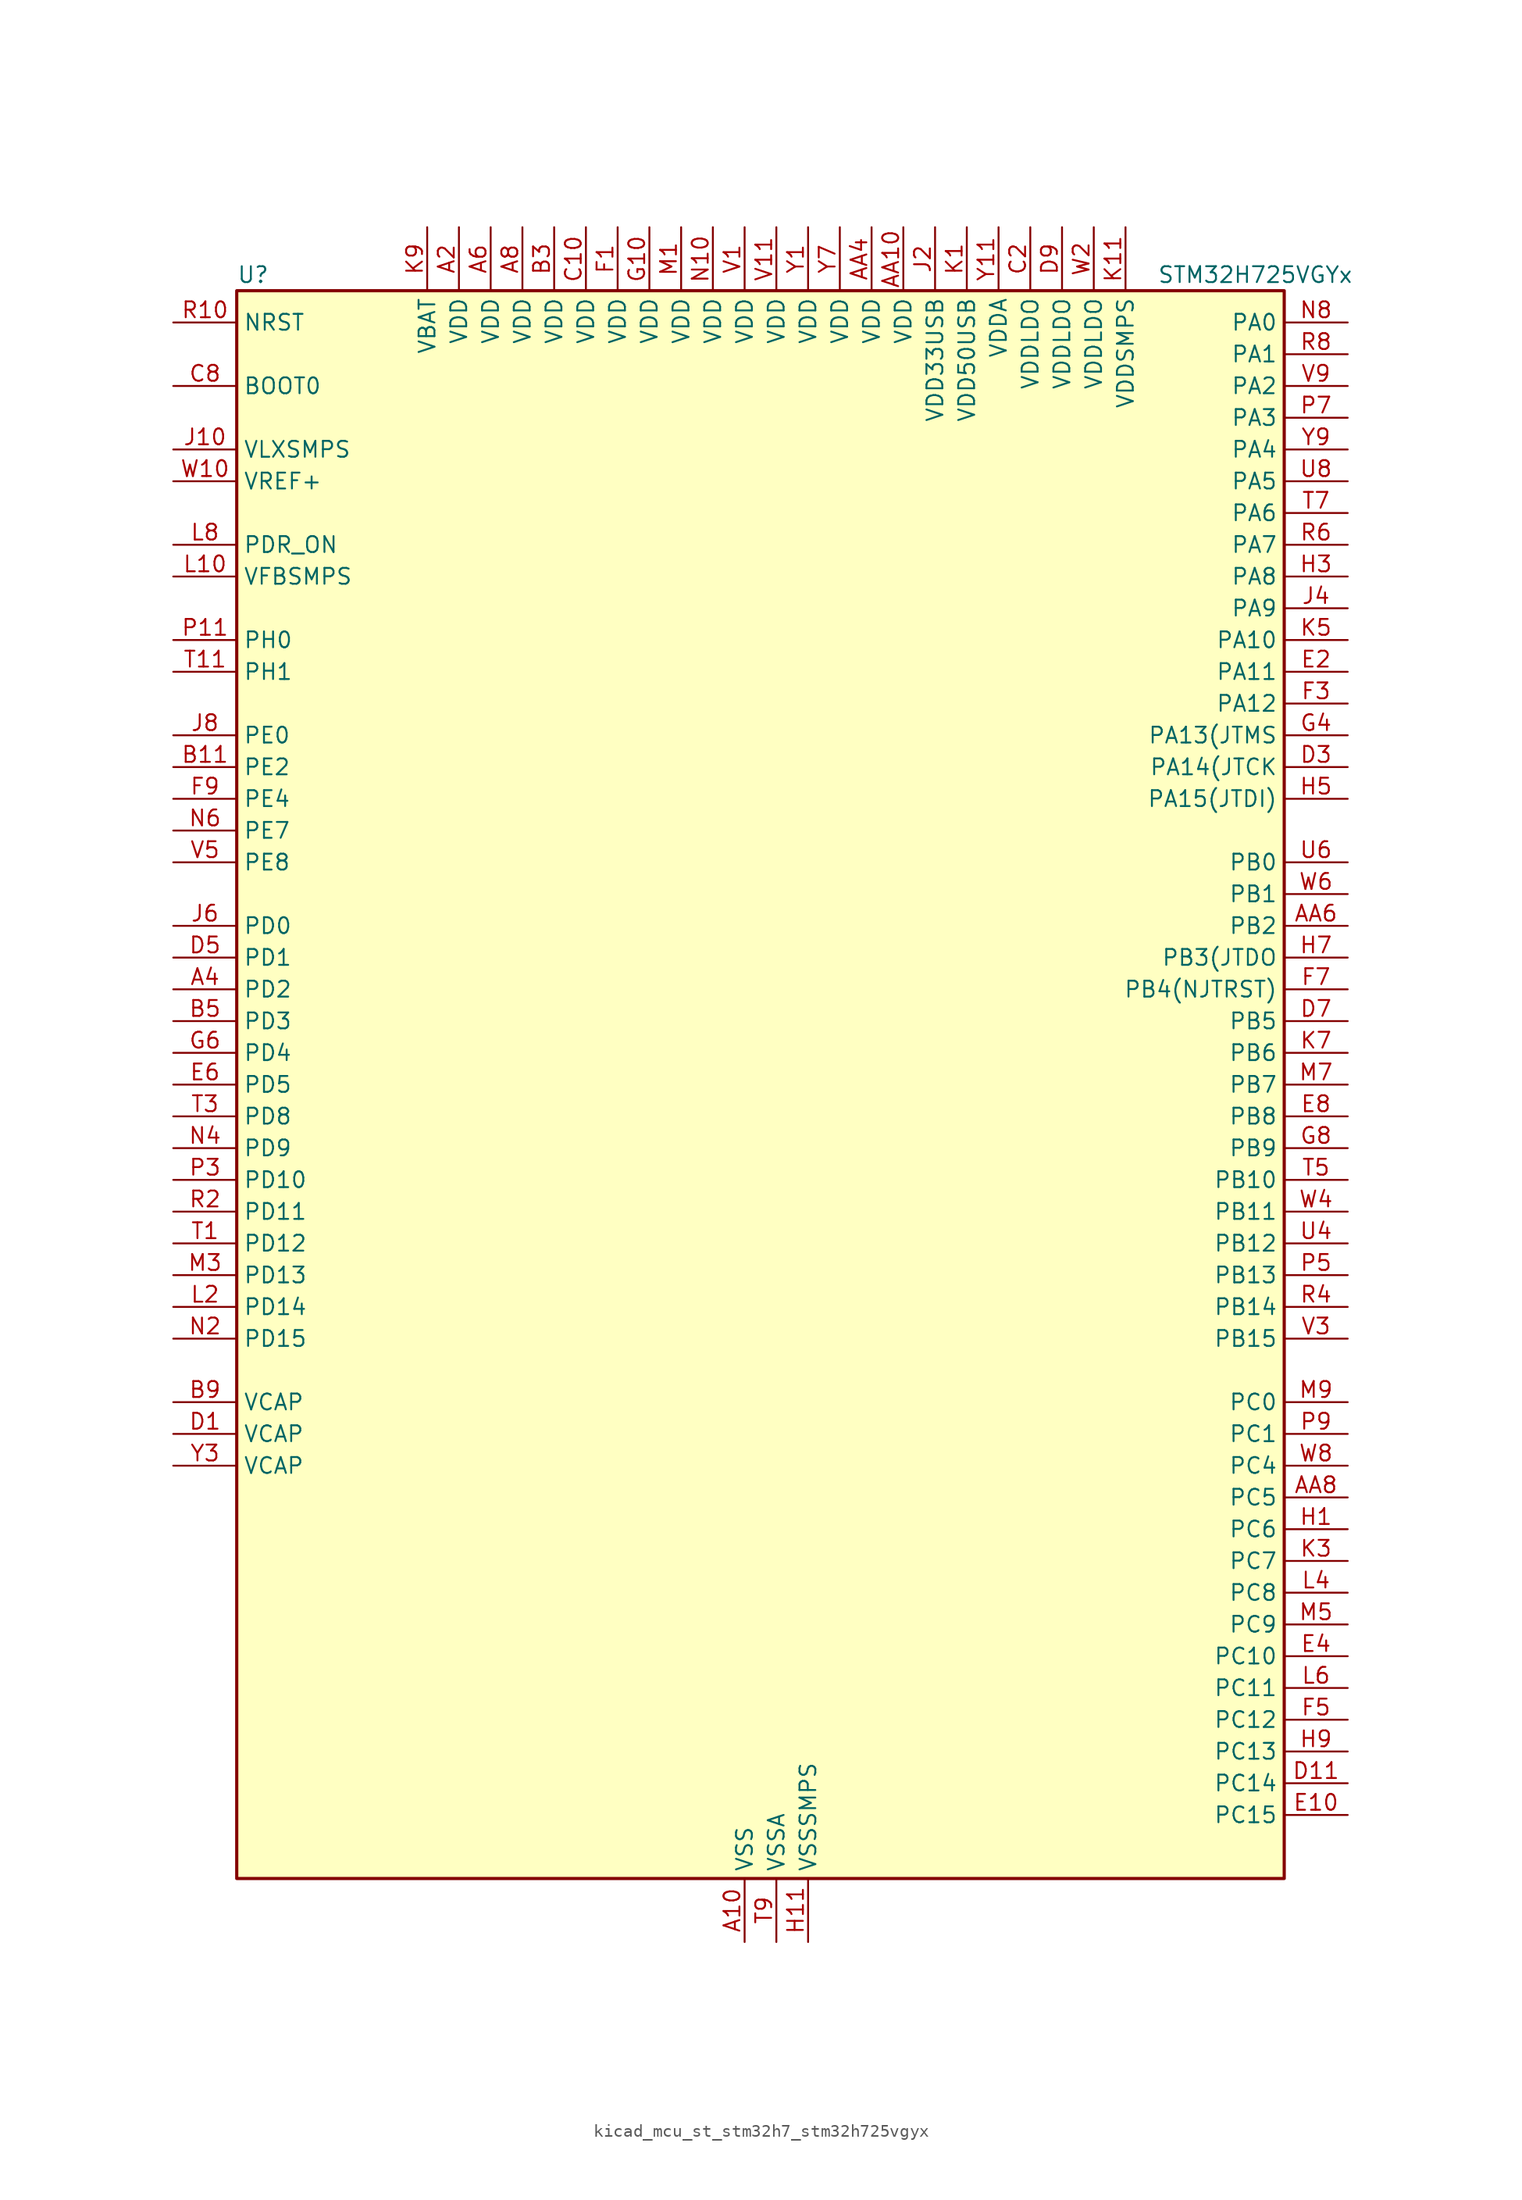
<source format=kicad_sym>
(kicad_symbol_lib
  (version 20220914)
  (generator kicad_symbol_editor)
  (symbol "kicad_mcu_st_stm32h7_stm32h725vgyx"
    (property "Reference" "U"
      (at -40.64 64.77 0)
      (effects (font (size 1.27 1.27)) (justify left)))
    (property "Value" "STM32H725VGYx"
      (at 33.02 64.77 0)
      (effects (font (size 1.27 1.27)) (justify left)))
    (property "ki_locked" ""
      (at 0 0 0)
      (effects (font (size 1.27 1.27))))
    (symbol "kicad_mcu_st_stm32h7_stm32h725vgyx_0_1"
      (rectangle (start -40.64 -63.5) (end 43.18 63.5) (stroke (width 0.254) (type default)) (fill (type background))))
    (symbol "kicad_mcu_st_stm32h7_stm32h725vgyx_1_1"
      (pin power_in line (at 0 -68.58 90) (length 5.08) (name "VSS" (effects (font (size 1.27 1.27)))) (number "A10" (effects (font (size 1.27 1.27)))))
      (pin power_in line (at -22.86 68.58 270) (length 5.08) (name "VDD" (effects (font (size 1.27 1.27)))) (number "A2" (effects (font (size 1.27 1.27)))))
      (pin bidirectional line (at -45.72 7.62 0) (length 5.08) (name "PD2" (effects (font (size 1.27 1.27)))) (number "A4" (effects (font (size 1.27 1.27)))) (alternate "DCMI_D11" bidirectional line) (alternate "DEBUG_TRACED2" bidirectional line) (alternate "FMC_D7" bidirectional line) (alternate "FMC_DA7" bidirectional line) (alternate "LTDC_B2" bidirectional line) (alternate "LTDC_B7" bidirectional line) (alternate "PSSI_D11" bidirectional line) (alternate "SDMMC1_CMD" bidirectional line) (alternate "TIM15_BKIN" bidirectional line) (alternate "TIM3_ETR" bidirectional line) (alternate "UART5_RX" bidirectional line))
      (pin power_in line (at -20.32 68.58 270) (length 5.08) (name "VDD" (effects (font (size 1.27 1.27)))) (number "A6" (effects (font (size 1.27 1.27)))))
      (pin power_in line (at -17.78 68.58 270) (length 5.08) (name "VDD" (effects (font (size 1.27 1.27)))) (number "A8" (effects (font (size 1.27 1.27)))))
      (pin power_in line (at 12.7 68.58 270) (length 5.08) (name "VDD" (effects (font (size 1.27 1.27)))) (number "AA10" (effects (font (size 1.27 1.27)))))
      (pin passive line (at 0 -68.58 90) (length 5.08) hide (name "VSS" (effects (font (size 1.27 1.27)))) (number "AA2" (effects (font (size 1.27 1.27)))))
      (pin power_in line (at 10.16 68.58 270) (length 5.08) (name "VDD" (effects (font (size 1.27 1.27)))) (number "AA4" (effects (font (size 1.27 1.27)))))
      (pin bidirectional line (at 48.26 12.7 180) (length 5.08) (name "PB2" (effects (font (size 1.27 1.27)))) (number "AA6" (effects (font (size 1.27 1.27)))) (alternate "COMP1_INP" bidirectional line) (alternate "DFSDM1_CKIN1" bidirectional line) (alternate "ETH_TX_ER" bidirectional line) (alternate "I2S3_SDO" bidirectional line) (alternate "OCTOSPIM_P1_CLK" bidirectional line) (alternate "OCTOSPIM_P1_DQS" bidirectional line) (alternate "RTC_OUT_ALARM" bidirectional line) (alternate "RTC_OUT_CALIB" bidirectional line) (alternate "SAI1_D1" bidirectional line) (alternate "SAI1_SD_A" bidirectional line) (alternate "SAI4_D1" bidirectional line) (alternate "SAI4_SD_A" bidirectional line) (alternate "SPI3_MOSI" bidirectional line) (alternate "TIM23_ETR" bidirectional line))
      (pin bidirectional line (at 48.26 -33.02 180) (length 5.08) (name "PC5" (effects (font (size 1.27 1.27)))) (number "AA8" (effects (font (size 1.27 1.27)))) (alternate "ADC1_INN4" bidirectional line) (alternate "ADC1_INP8" bidirectional line) (alternate "ADC2_INN4" bidirectional line) (alternate "ADC2_INP8" bidirectional line) (alternate "COMP1_OUT" bidirectional line) (alternate "DFSDM1_DATIN2" bidirectional line) (alternate "ETH_RXD1" bidirectional line) (alternate "FMC_SDCKE0" bidirectional line) (alternate "LTDC_DE" bidirectional line) (alternate "OCTOSPIM_P1_DQS" bidirectional line) (alternate "OPAMP1_VINM" bidirectional line) (alternate "PSSI_D15" bidirectional line) (alternate "SAI1_D3" bidirectional line) (alternate "SAI4_D3" bidirectional line) (alternate "SPDIFRX1_IN3" bidirectional line))
      (pin passive line (at 0 -68.58 90) (length 5.08) hide (name "VSS" (effects (font (size 1.27 1.27)))) (number "B1" (effects (font (size 1.27 1.27)))))
      (pin bidirectional line (at -45.72 25.4 0) (length 5.08) (name "PE2" (effects (font (size 1.27 1.27)))) (number "B11" (effects (font (size 1.27 1.27)))) (alternate "DEBUG_TRACECLK" bidirectional line) (alternate "ETH_TXD3" bidirectional line) (alternate "FMC_A23" bidirectional line) (alternate "OCTOSPIM_P1_IO2" bidirectional line) (alternate "SAI1_CK1" bidirectional line) (alternate "SAI1_MCLK_A" bidirectional line) (alternate "SAI4_CK1" bidirectional line) (alternate "SAI4_MCLK_A" bidirectional line))
      (pin power_in line (at -15.24 68.58 270) (length 5.08) (name "VDD" (effects (font (size 1.27 1.27)))) (number "B3" (effects (font (size 1.27 1.27)))))
      (pin bidirectional line (at -45.72 5.08 0) (length 5.08) (name "PD3" (effects (font (size 1.27 1.27)))) (number "B5" (effects (font (size 1.27 1.27)))) (alternate "DCMI_D5" bidirectional line) (alternate "DFSDM1_CKOUT" bidirectional line) (alternate "FMC_CLK" bidirectional line) (alternate "I2S2_CK" bidirectional line) (alternate "LTDC_G7" bidirectional line) (alternate "PSSI_D5" bidirectional line) (alternate "SPI2_SCK" bidirectional line) (alternate "USART2_CTS" bidirectional line) (alternate "USART2_NSS" bidirectional line))
      (pin passive line (at 0 -68.58 90) (length 5.08) hide (name "VSS" (effects (font (size 1.27 1.27)))) (number "B7" (effects (font (size 1.27 1.27)))))
      (pin power_out line (at -45.72 -25.4 0) (length 5.08) (name "VCAP" (effects (font (size 1.27 1.27)))) (number "B9" (effects (font (size 1.27 1.27)))))
      (pin power_in line (at -12.7 68.58 270) (length 5.08) (name "VDD" (effects (font (size 1.27 1.27)))) (number "C10" (effects (font (size 1.27 1.27)))))
      (pin power_in line (at 22.86 68.58 270) (length 5.08) (name "VDDLDO" (effects (font (size 1.27 1.27)))) (number "C2" (effects (font (size 1.27 1.27)))))
      (pin passive line (at 0 -68.58 90) (length 5.08) hide (name "VSS" (effects (font (size 1.27 1.27)))) (number "C4" (effects (font (size 1.27 1.27)))))
      (pin passive line (at 0 -68.58 90) (length 5.08) hide (name "VSS" (effects (font (size 1.27 1.27)))) (number "C6" (effects (font (size 1.27 1.27)))))
      (pin input line (at -45.72 55.88 0) (length 5.08) (name "BOOT0" (effects (font (size 1.27 1.27)))) (number "C8" (effects (font (size 1.27 1.27)))))
      (pin power_out line (at -45.72 -27.94 0) (length 5.08) (name "VCAP" (effects (font (size 1.27 1.27)))) (number "D1" (effects (font (size 1.27 1.27)))))
      (pin bidirectional line (at 48.26 -55.88 180) (length 5.08) (name "PC14" (effects (font (size 1.27 1.27)))) (number "D11" (effects (font (size 1.27 1.27)))) (alternate "RCC_OSC32_IN" bidirectional line))
      (pin bidirectional line (at 48.26 25.4 180) (length 5.08) (name "PA14(JTCK" (effects (font (size 1.27 1.27)))) (number "D3" (effects (font (size 1.27 1.27)))) (alternate "DEBUG_JTCK-SWCLK" bidirectional line))
      (pin bidirectional line (at -45.72 10.16 0) (length 5.08) (name "PD1" (effects (font (size 1.27 1.27)))) (number "D5" (effects (font (size 1.27 1.27)))) (alternate "DFSDM1_DATIN6" bidirectional line) (alternate "FDCAN1_TX" bidirectional line) (alternate "FMC_D3" bidirectional line) (alternate "FMC_DA3" bidirectional line) (alternate "UART4_TX" bidirectional line))
      (pin bidirectional line (at 48.26 5.08 180) (length 5.08) (name "PB5" (effects (font (size 1.27 1.27)))) (number "D7" (effects (font (size 1.27 1.27)))) (alternate "DCMI_D10" bidirectional line) (alternate "ETH_PPS_OUT" bidirectional line) (alternate "FDCAN2_RX" bidirectional line) (alternate "FMC_SDCKE1" bidirectional line) (alternate "I2C1_SMBA" bidirectional line) (alternate "I2C4_SMBA" bidirectional line) (alternate "I2S1_SDO" bidirectional line) (alternate "I2S3_SDO" bidirectional line) (alternate "I2S6_SDO" bidirectional line) (alternate "LTDC_B5" bidirectional line) (alternate "PSSI_D10" bidirectional line) (alternate "SPI1_MOSI" bidirectional line) (alternate "SPI3_MOSI" bidirectional line) (alternate "SPI6_MOSI" bidirectional line) (alternate "TIM17_BKIN" bidirectional line) (alternate "TIM3_CH2" bidirectional line) (alternate "UART5_RX" bidirectional line) (alternate "USB_OTG_HS_ULPI_D7" bidirectional line))
      (pin power_in line (at 25.4 68.58 270) (length 5.08) (name "VDDLDO" (effects (font (size 1.27 1.27)))) (number "D9" (effects (font (size 1.27 1.27)))))
      (pin bidirectional line (at 48.26 -58.42 180) (length 5.08) (name "PC15" (effects (font (size 1.27 1.27)))) (number "E10" (effects (font (size 1.27 1.27)))) (alternate "ADC1_EXTI15" bidirectional line) (alternate "ADC2_EXTI15" bidirectional line) (alternate "ADC3_EXTI15" bidirectional line) (alternate "RCC_OSC32_OUT" bidirectional line))
      (pin bidirectional line (at 48.26 33.02 180) (length 5.08) (name "PA11" (effects (font (size 1.27 1.27)))) (number "E2" (effects (font (size 1.27 1.27)))) (alternate "ADC1_EXTI11" bidirectional line) (alternate "ADC2_EXTI11" bidirectional line) (alternate "ADC3_EXTI11" bidirectional line) (alternate "FDCAN1_RX" bidirectional line) (alternate "I2S2_WS" bidirectional line) (alternate "LPUART1_CTS" bidirectional line) (alternate "LTDC_R4" bidirectional line) (alternate "SPI2_NSS" bidirectional line) (alternate "TIM1_CH4" bidirectional line) (alternate "UART4_RX" bidirectional line) (alternate "USART1_CTS" bidirectional line) (alternate "USART1_NSS" bidirectional line) (alternate "USB_OTG_HS_DM" bidirectional line))
      (pin bidirectional line (at 48.26 -45.72 180) (length 5.08) (name "PC10" (effects (font (size 1.27 1.27)))) (number "E4" (effects (font (size 1.27 1.27)))) (alternate "DCMI_D8" bidirectional line) (alternate "DFSDM1_CKIN5" bidirectional line) (alternate "I2C5_SDA" bidirectional line) (alternate "I2S3_CK" bidirectional line) (alternate "LTDC_B1" bidirectional line) (alternate "LTDC_R2" bidirectional line) (alternate "OCTOSPIM_P1_IO1" bidirectional line) (alternate "PSSI_D8" bidirectional line) (alternate "SDMMC1_D2" bidirectional line) (alternate "SPI3_SCK" bidirectional line) (alternate "SWPMI1_RX" bidirectional line) (alternate "UART4_TX" bidirectional line) (alternate "USART3_TX" bidirectional line))
      (pin bidirectional line (at -45.72 0 0) (length 5.08) (name "PD5" (effects (font (size 1.27 1.27)))) (number "E6" (effects (font (size 1.27 1.27)))) (alternate "FMC_NWE" bidirectional line) (alternate "OCTOSPIM_P1_IO5" bidirectional line) (alternate "USART2_TX" bidirectional line))
      (pin bidirectional line (at 48.26 -2.54 180) (length 5.08) (name "PB8" (effects (font (size 1.27 1.27)))) (number "E8" (effects (font (size 1.27 1.27)))) (alternate "DCMI_D6" bidirectional line) (alternate "DFSDM1_CKIN7" bidirectional line) (alternate "ETH_TXD3" bidirectional line) (alternate "FDCAN1_RX" bidirectional line) (alternate "I2C1_SCL" bidirectional line) (alternate "I2C4_SCL" bidirectional line) (alternate "LTDC_B6" bidirectional line) (alternate "PSSI_D6" bidirectional line) (alternate "SDMMC1_CKIN" bidirectional line) (alternate "SDMMC1_D4" bidirectional line) (alternate "SDMMC2_D4" bidirectional line) (alternate "TIM16_CH1" bidirectional line) (alternate "TIM4_CH3" bidirectional line) (alternate "UART4_RX" bidirectional line))
      (pin power_in line (at -10.16 68.58 270) (length 5.08) (name "VDD" (effects (font (size 1.27 1.27)))) (number "F1" (effects (font (size 1.27 1.27)))))
      (pin passive line (at 0 -68.58 90) (length 5.08) hide (name "VSS" (effects (font (size 1.27 1.27)))) (number "F11" (effects (font (size 1.27 1.27)))))
      (pin bidirectional line (at 48.26 30.48 180) (length 5.08) (name "PA12" (effects (font (size 1.27 1.27)))) (number "F3" (effects (font (size 1.27 1.27)))) (alternate "FDCAN1_TX" bidirectional line) (alternate "I2S2_CK" bidirectional line) (alternate "LPUART1_DE" bidirectional line) (alternate "LPUART1_RTS" bidirectional line) (alternate "LTDC_R5" bidirectional line) (alternate "SAI4_FS_B" bidirectional line) (alternate "SPI2_SCK" bidirectional line) (alternate "TIM1_BKIN2" bidirectional line) (alternate "TIM1_ETR" bidirectional line) (alternate "UART4_TX" bidirectional line) (alternate "USART1_DE" bidirectional line) (alternate "USART1_RTS" bidirectional line) (alternate "USB_OTG_HS_DP" bidirectional line))
      (pin bidirectional line (at 48.26 -50.8 180) (length 5.08) (name "PC12" (effects (font (size 1.27 1.27)))) (number "F5" (effects (font (size 1.27 1.27)))) (alternate "DCMI_D9" bidirectional line) (alternate "DEBUG_TRACED3" bidirectional line) (alternate "FMC_D6" bidirectional line) (alternate "FMC_DA6" bidirectional line) (alternate "I2C5_SMBA" bidirectional line) (alternate "I2S3_SDO" bidirectional line) (alternate "I2S6_CK" bidirectional line) (alternate "LTDC_R6" bidirectional line) (alternate "PSSI_D9" bidirectional line) (alternate "SDMMC1_CK" bidirectional line) (alternate "SPI3_MOSI" bidirectional line) (alternate "SPI6_SCK" bidirectional line) (alternate "TIM15_CH1" bidirectional line) (alternate "UART5_TX" bidirectional line) (alternate "USART3_CK" bidirectional line))
      (pin bidirectional line (at 48.26 7.62 180) (length 5.08) (name "PB4(NJTRST)" (effects (font (size 1.27 1.27)))) (number "F7" (effects (font (size 1.27 1.27)))) (alternate "DEBUG_JTRST" bidirectional line) (alternate "I2S1_SDI" bidirectional line) (alternate "I2S2_WS" bidirectional line) (alternate "I2S3_SDI" bidirectional line) (alternate "I2S6_SDI" bidirectional line) (alternate "SDMMC2_D3" bidirectional line) (alternate "SPI1_MISO" bidirectional line) (alternate "SPI2_NSS" bidirectional line) (alternate "SPI3_MISO" bidirectional line) (alternate "SPI6_MISO" bidirectional line) (alternate "TIM16_BKIN" bidirectional line) (alternate "TIM3_CH1" bidirectional line) (alternate "UART7_TX" bidirectional line))
      (pin bidirectional line (at -45.72 22.86 0) (length 5.08) (name "PE4" (effects (font (size 1.27 1.27)))) (number "F9" (effects (font (size 1.27 1.27)))) (alternate "DCMI_D4" bidirectional line) (alternate "DEBUG_TRACED1" bidirectional line) (alternate "DFSDM1_DATIN3" bidirectional line) (alternate "FMC_A20" bidirectional line) (alternate "LTDC_B0" bidirectional line) (alternate "PSSI_D4" bidirectional line) (alternate "SAI1_D2" bidirectional line) (alternate "SAI1_FS_A" bidirectional line) (alternate "SAI4_D2" bidirectional line) (alternate "SAI4_FS_A" bidirectional line) (alternate "TIM15_CH1N" bidirectional line))
      (pin power_in line (at -7.62 68.58 270) (length 5.08) (name "VDD" (effects (font (size 1.27 1.27)))) (number "G10" (effects (font (size 1.27 1.27)))))
      (pin passive line (at 0 -68.58 90) (length 5.08) hide (name "VSS" (effects (font (size 1.27 1.27)))) (number "G2" (effects (font (size 1.27 1.27)))))
      (pin bidirectional line (at 48.26 27.94 180) (length 5.08) (name "PA13(JTMS" (effects (font (size 1.27 1.27)))) (number "G4" (effects (font (size 1.27 1.27)))) (alternate "DEBUG_JTMS-SWDIO" bidirectional line))
      (pin bidirectional line (at -45.72 2.54 0) (length 5.08) (name "PD4" (effects (font (size 1.27 1.27)))) (number "G6" (effects (font (size 1.27 1.27)))) (alternate "FMC_NOE" bidirectional line) (alternate "OCTOSPIM_P1_IO4" bidirectional line) (alternate "USART2_DE" bidirectional line) (alternate "USART2_RTS" bidirectional line))
      (pin bidirectional line (at 48.26 -5.08 180) (length 5.08) (name "PB9" (effects (font (size 1.27 1.27)))) (number "G8" (effects (font (size 1.27 1.27)))) (alternate "DAC1_EXTI9" bidirectional line) (alternate "DCMI_D7" bidirectional line) (alternate "DFSDM1_DATIN7" bidirectional line) (alternate "FDCAN1_TX" bidirectional line) (alternate "I2C1_SDA" bidirectional line) (alternate "I2C4_SDA" bidirectional line) (alternate "I2C4_SMBA" bidirectional line) (alternate "I2S2_WS" bidirectional line) (alternate "LTDC_B7" bidirectional line) (alternate "PSSI_D7" bidirectional line) (alternate "SDMMC1_CDIR" bidirectional line) (alternate "SDMMC1_D5" bidirectional line) (alternate "SDMMC2_D5" bidirectional line) (alternate "SPI2_NSS" bidirectional line) (alternate "TIM17_CH1" bidirectional line) (alternate "TIM4_CH4" bidirectional line) (alternate "UART4_TX" bidirectional line))
      (pin bidirectional line (at 48.26 -35.56 180) (length 5.08) (name "PC6" (effects (font (size 1.27 1.27)))) (number "H1" (effects (font (size 1.27 1.27)))) (alternate "DCMI_D0" bidirectional line) (alternate "DFSDM1_CKIN3" bidirectional line) (alternate "FMC_NWAIT" bidirectional line) (alternate "I2S2_MCK" bidirectional line) (alternate "LTDC_HSYNC" bidirectional line) (alternate "PSSI_D0" bidirectional line) (alternate "SDMMC1_D0DIR" bidirectional line) (alternate "SDMMC1_D6" bidirectional line) (alternate "SDMMC2_D6" bidirectional line) (alternate "SWPMI1_IO" bidirectional line) (alternate "TIM3_CH1" bidirectional line) (alternate "TIM8_CH1" bidirectional line) (alternate "USART6_TX" bidirectional line))
      (pin power_in line (at 5.08 -68.58 90) (length 5.08) (name "VSSSMPS" (effects (font (size 1.27 1.27)))) (number "H11" (effects (font (size 1.27 1.27)))))
      (pin bidirectional line (at 48.26 40.64 180) (length 5.08) (name "PA8" (effects (font (size 1.27 1.27)))) (number "H3" (effects (font (size 1.27 1.27)))) (alternate "I2C3_SCL" bidirectional line) (alternate "I2C5_SCL" bidirectional line) (alternate "LTDC_B3" bidirectional line) (alternate "LTDC_R6" bidirectional line) (alternate "RCC_MCO_1" bidirectional line) (alternate "TIM1_CH1" bidirectional line) (alternate "TIM8_BKIN2" bidirectional line) (alternate "TIM8_BKIN2_COMP1" bidirectional line) (alternate "TIM8_BKIN2_COMP2" bidirectional line) (alternate "UART7_RX" bidirectional line) (alternate "USART1_CK" bidirectional line) (alternate "USB_OTG_HS_SOF" bidirectional line))
      (pin bidirectional line (at 48.26 22.86 180) (length 5.08) (name "PA15(JTDI)" (effects (font (size 1.27 1.27)))) (number "H5" (effects (font (size 1.27 1.27)))) (alternate "ADC1_EXTI15" bidirectional line) (alternate "ADC2_EXTI15" bidirectional line) (alternate "ADC3_EXTI15" bidirectional line) (alternate "CEC" bidirectional line) (alternate "DEBUG_JTDI" bidirectional line) (alternate "I2S1_WS" bidirectional line) (alternate "I2S3_WS" bidirectional line) (alternate "I2S6_WS" bidirectional line) (alternate "LTDC_B6" bidirectional line) (alternate "LTDC_R3" bidirectional line) (alternate "SPI1_NSS" bidirectional line) (alternate "SPI3_NSS" bidirectional line) (alternate "SPI6_NSS" bidirectional line) (alternate "TIM2_CH1" bidirectional line) (alternate "TIM2_ETR" bidirectional line) (alternate "UART4_DE" bidirectional line) (alternate "UART4_RTS" bidirectional line) (alternate "UART7_TX" bidirectional line))
      (pin bidirectional line (at 48.26 10.16 180) (length 5.08) (name "PB3(JTDO" (effects (font (size 1.27 1.27)))) (number "H7" (effects (font (size 1.27 1.27)))) (alternate "CRS_SYNC" bidirectional line) (alternate "DEBUG_JTDO-SWO" bidirectional line) (alternate "I2S1_CK" bidirectional line) (alternate "I2S3_CK" bidirectional line) (alternate "I2S6_CK" bidirectional line) (alternate "SDMMC2_D2" bidirectional line) (alternate "SPI1_SCK" bidirectional line) (alternate "SPI3_SCK" bidirectional line) (alternate "SPI6_SCK" bidirectional line) (alternate "TIM24_ETR" bidirectional line) (alternate "TIM2_CH2" bidirectional line) (alternate "UART7_RX" bidirectional line))
      (pin bidirectional line (at 48.26 -53.34 180) (length 5.08) (name "PC13" (effects (font (size 1.27 1.27)))) (number "H9" (effects (font (size 1.27 1.27)))) (alternate "PWR_WKUP4" bidirectional line) (alternate "RTC_OUT_ALARM" bidirectional line) (alternate "RTC_OUT_CALIB" bidirectional line) (alternate "RTC_TAMP1" bidirectional line) (alternate "RTC_TS" bidirectional line))
      (pin power_in line (at -45.72 50.8 0) (length 5.08) (name "VLXSMPS" (effects (font (size 1.27 1.27)))) (number "J10" (effects (font (size 1.27 1.27)))))
      (pin power_in line (at 15.24 68.58 270) (length 5.08) (name "VDD33USB" (effects (font (size 1.27 1.27)))) (number "J2" (effects (font (size 1.27 1.27)))))
      (pin bidirectional line (at 48.26 38.1 180) (length 5.08) (name "PA9" (effects (font (size 1.27 1.27)))) (number "J4" (effects (font (size 1.27 1.27)))) (alternate "DAC1_EXTI9" bidirectional line) (alternate "DCMI_D0" bidirectional line) (alternate "ETH_TX_ER" bidirectional line) (alternate "I2C3_SMBA" bidirectional line) (alternate "I2C5_SMBA" bidirectional line) (alternate "I2S2_CK" bidirectional line) (alternate "LPUART1_TX" bidirectional line) (alternate "LTDC_R5" bidirectional line) (alternate "PSSI_D0" bidirectional line) (alternate "SPI2_SCK" bidirectional line) (alternate "TIM1_CH2" bidirectional line) (alternate "USART1_TX" bidirectional line) (alternate "USB_OTG_HS_VBUS" bidirectional line))
      (pin bidirectional line (at -45.72 12.7 0) (length 5.08) (name "PD0" (effects (font (size 1.27 1.27)))) (number "J6" (effects (font (size 1.27 1.27)))) (alternate "DFSDM1_CKIN6" bidirectional line) (alternate "FDCAN1_RX" bidirectional line) (alternate "FMC_D2" bidirectional line) (alternate "FMC_DA2" bidirectional line) (alternate "LTDC_B1" bidirectional line) (alternate "UART4_RX" bidirectional line) (alternate "UART9_CTS" bidirectional line))
      (pin bidirectional line (at -45.72 27.94 0) (length 5.08) (name "PE0" (effects (font (size 1.27 1.27)))) (number "J8" (effects (font (size 1.27 1.27)))) (alternate "DCMI_D2" bidirectional line) (alternate "FMC_NBL0" bidirectional line) (alternate "LPTIM1_ETR" bidirectional line) (alternate "LPTIM2_ETR" bidirectional line) (alternate "LTDC_R0" bidirectional line) (alternate "PSSI_D2" bidirectional line) (alternate "SAI4_MCLK_A" bidirectional line) (alternate "TIM4_ETR" bidirectional line))
      (pin power_in line (at 17.78 68.58 270) (length 5.08) (name "VDD50USB" (effects (font (size 1.27 1.27)))) (number "K1" (effects (font (size 1.27 1.27)))))
      (pin power_in line (at 30.48 68.58 270) (length 5.08) (name "VDDSMPS" (effects (font (size 1.27 1.27)))) (number "K11" (effects (font (size 1.27 1.27)))))
      (pin bidirectional line (at 48.26 -38.1 180) (length 5.08) (name "PC7" (effects (font (size 1.27 1.27)))) (number "K3" (effects (font (size 1.27 1.27)))) (alternate "DCMI_D1" bidirectional line) (alternate "DEBUG_TRGIO" bidirectional line) (alternate "DFSDM1_DATIN3" bidirectional line) (alternate "FMC_NE1" bidirectional line) (alternate "I2S3_MCK" bidirectional line) (alternate "LTDC_G6" bidirectional line) (alternate "PSSI_D1" bidirectional line) (alternate "SDMMC1_D123DIR" bidirectional line) (alternate "SDMMC1_D7" bidirectional line) (alternate "SDMMC2_D7" bidirectional line) (alternate "SWPMI1_TX" bidirectional line) (alternate "TIM3_CH2" bidirectional line) (alternate "TIM8_CH2" bidirectional line) (alternate "USART6_RX" bidirectional line))
      (pin bidirectional line (at 48.26 35.56 180) (length 5.08) (name "PA10" (effects (font (size 1.27 1.27)))) (number "K5" (effects (font (size 1.27 1.27)))) (alternate "DCMI_D1" bidirectional line) (alternate "LPUART1_RX" bidirectional line) (alternate "LTDC_B1" bidirectional line) (alternate "LTDC_B4" bidirectional line) (alternate "MDIOS_MDIO" bidirectional line) (alternate "PSSI_D1" bidirectional line) (alternate "TIM1_CH3" bidirectional line) (alternate "USART1_RX" bidirectional line) (alternate "USB_OTG_HS_ID" bidirectional line))
      (pin bidirectional line (at 48.26 2.54 180) (length 5.08) (name "PB6" (effects (font (size 1.27 1.27)))) (number "K7" (effects (font (size 1.27 1.27)))) (alternate "CEC" bidirectional line) (alternate "DCMI_D5" bidirectional line) (alternate "DFSDM1_DATIN5" bidirectional line) (alternate "FDCAN2_TX" bidirectional line) (alternate "FMC_SDNE1" bidirectional line) (alternate "I2C1_SCL" bidirectional line) (alternate "I2C4_SCL" bidirectional line) (alternate "LPUART1_TX" bidirectional line) (alternate "OCTOSPIM_P1_NCS" bidirectional line) (alternate "PSSI_D5" bidirectional line) (alternate "TIM16_CH1N" bidirectional line) (alternate "TIM4_CH1" bidirectional line) (alternate "UART5_TX" bidirectional line) (alternate "USART1_TX" bidirectional line))
      (pin power_in line (at -25.4 68.58 270) (length 5.08) (name "VBAT" (effects (font (size 1.27 1.27)))) (number "K9" (effects (font (size 1.27 1.27)))))
      (pin input line (at -45.72 40.64 0) (length 5.08) (name "VFBSMPS" (effects (font (size 1.27 1.27)))) (number "L10" (effects (font (size 1.27 1.27)))))
      (pin bidirectional line (at -45.72 -17.78 0) (length 5.08) (name "PD14" (effects (font (size 1.27 1.27)))) (number "L2" (effects (font (size 1.27 1.27)))) (alternate "FMC_D0" bidirectional line) (alternate "FMC_DA0" bidirectional line) (alternate "TIM4_CH3" bidirectional line) (alternate "UART9_RX" bidirectional line))
      (pin bidirectional line (at 48.26 -40.64 180) (length 5.08) (name "PC8" (effects (font (size 1.27 1.27)))) (number "L4" (effects (font (size 1.27 1.27)))) (alternate "DCMI_D2" bidirectional line) (alternate "DEBUG_TRACED1" bidirectional line) (alternate "FMC_INT" bidirectional line) (alternate "FMC_NCE" bidirectional line) (alternate "FMC_NE2" bidirectional line) (alternate "PSSI_D2" bidirectional line) (alternate "SDMMC1_D0" bidirectional line) (alternate "SWPMI1_RX" bidirectional line) (alternate "TIM3_CH3" bidirectional line) (alternate "TIM8_CH3" bidirectional line) (alternate "UART5_DE" bidirectional line) (alternate "UART5_RTS" bidirectional line) (alternate "USART6_CK" bidirectional line))
      (pin bidirectional line (at 48.26 -48.26 180) (length 5.08) (name "PC11" (effects (font (size 1.27 1.27)))) (number "L6" (effects (font (size 1.27 1.27)))) (alternate "ADC1_EXTI11" bidirectional line) (alternate "ADC2_EXTI11" bidirectional line) (alternate "ADC3_EXTI11" bidirectional line) (alternate "DCMI_D4" bidirectional line) (alternate "DFSDM1_DATIN5" bidirectional line) (alternate "I2C5_SCL" bidirectional line) (alternate "I2S3_SDI" bidirectional line) (alternate "LTDC_B4" bidirectional line) (alternate "OCTOSPIM_P1_NCS" bidirectional line) (alternate "PSSI_D4" bidirectional line) (alternate "SDMMC1_D3" bidirectional line) (alternate "SPI3_MISO" bidirectional line) (alternate "UART4_RX" bidirectional line) (alternate "USART3_RX" bidirectional line))
      (pin input line (at -45.72 43.18 0) (length 5.08) (name "PDR_ON" (effects (font (size 1.27 1.27)))) (number "L8" (effects (font (size 1.27 1.27)))))
      (pin power_in line (at -5.08 68.58 270) (length 5.08) (name "VDD" (effects (font (size 1.27 1.27)))) (number "M1" (effects (font (size 1.27 1.27)))))
      (pin passive line (at 0 -68.58 90) (length 5.08) hide (name "VSS" (effects (font (size 1.27 1.27)))) (number "M11" (effects (font (size 1.27 1.27)))))
      (pin bidirectional line (at -45.72 -15.24 0) (length 5.08) (name "PD13" (effects (font (size 1.27 1.27)))) (number "M3" (effects (font (size 1.27 1.27)))) (alternate "DCMI_D13" bidirectional line) (alternate "FDCAN3_TX" bidirectional line) (alternate "FMC_A18" bidirectional line) (alternate "I2C4_SDA" bidirectional line) (alternate "LPTIM1_OUT" bidirectional line) (alternate "OCTOSPIM_P1_IO3" bidirectional line) (alternate "PSSI_D13" bidirectional line) (alternate "SAI4_SCK_A" bidirectional line) (alternate "TIM4_CH2" bidirectional line) (alternate "UART9_DE" bidirectional line) (alternate "UART9_RTS" bidirectional line))
      (pin bidirectional line (at 48.26 -43.18 180) (length 5.08) (name "PC9" (effects (font (size 1.27 1.27)))) (number "M5" (effects (font (size 1.27 1.27)))) (alternate "DAC1_EXTI9" bidirectional line) (alternate "DCMI_D3" bidirectional line) (alternate "I2C3_SDA" bidirectional line) (alternate "I2C5_SDA" bidirectional line) (alternate "I2S_CKIN" bidirectional line) (alternate "LTDC_B2" bidirectional line) (alternate "LTDC_G3" bidirectional line) (alternate "OCTOSPIM_P1_IO0" bidirectional line) (alternate "PSSI_D3" bidirectional line) (alternate "RCC_MCO_2" bidirectional line) (alternate "SDMMC1_D1" bidirectional line) (alternate "SWPMI1_SUSPEND" bidirectional line) (alternate "TIM3_CH4" bidirectional line) (alternate "TIM8_CH4" bidirectional line) (alternate "UART5_CTS" bidirectional line))
      (pin bidirectional line (at 48.26 0 180) (length 5.08) (name "PB7" (effects (font (size 1.27 1.27)))) (number "M7" (effects (font (size 1.27 1.27)))) (alternate "DCMI_VSYNC" bidirectional line) (alternate "DFSDM1_CKIN5" bidirectional line) (alternate "FMC_NL" bidirectional line) (alternate "I2C1_SDA" bidirectional line) (alternate "I2C4_SDA" bidirectional line) (alternate "LPUART1_RX" bidirectional line) (alternate "PSSI_RDY" bidirectional line) (alternate "PWR_PVD_IN" bidirectional line) (alternate "TIM17_CH1N" bidirectional line) (alternate "TIM4_CH2" bidirectional line) (alternate "USART1_RX" bidirectional line))
      (pin bidirectional line (at 48.26 -25.4 180) (length 5.08) (name "PC0" (effects (font (size 1.27 1.27)))) (number "M9" (effects (font (size 1.27 1.27)))) (alternate "ADC1_INP10" bidirectional line) (alternate "ADC2_INP10" bidirectional line) (alternate "ADC3_INP10" bidirectional line) (alternate "DFSDM1_CKIN0" bidirectional line) (alternate "DFSDM1_DATIN4" bidirectional line) (alternate "FMC_A25" bidirectional line) (alternate "FMC_D12" bidirectional line) (alternate "FMC_DA12" bidirectional line) (alternate "FMC_SDNWE" bidirectional line) (alternate "LTDC_G2" bidirectional line) (alternate "LTDC_R5" bidirectional line) (alternate "SAI4_FS_B" bidirectional line) (alternate "USB_OTG_HS_ULPI_STP" bidirectional line))
      (pin power_in line (at -2.54 68.58 270) (length 5.08) (name "VDD" (effects (font (size 1.27 1.27)))) (number "N10" (effects (font (size 1.27 1.27)))))
      (pin bidirectional line (at -45.72 -20.32 0) (length 5.08) (name "PD15" (effects (font (size 1.27 1.27)))) (number "N2" (effects (font (size 1.27 1.27)))) (alternate "ADC1_EXTI15" bidirectional line) (alternate "ADC2_EXTI15" bidirectional line) (alternate "ADC3_EXTI15" bidirectional line) (alternate "FMC_D1" bidirectional line) (alternate "FMC_DA1" bidirectional line) (alternate "TIM4_CH4" bidirectional line) (alternate "UART9_TX" bidirectional line))
      (pin bidirectional line (at -45.72 -5.08 0) (length 5.08) (name "PD9" (effects (font (size 1.27 1.27)))) (number "N4" (effects (font (size 1.27 1.27)))) (alternate "DAC1_EXTI9" bidirectional line) (alternate "DFSDM1_DATIN3" bidirectional line) (alternate "FMC_D14" bidirectional line) (alternate "FMC_DA14" bidirectional line) (alternate "USART3_RX" bidirectional line))
      (pin bidirectional line (at -45.72 20.32 0) (length 5.08) (name "PE7" (effects (font (size 1.27 1.27)))) (number "N6" (effects (font (size 1.27 1.27)))) (alternate "COMP2_INM" bidirectional line) (alternate "DFSDM1_DATIN2" bidirectional line) (alternate "FMC_D4" bidirectional line) (alternate "FMC_DA4" bidirectional line) (alternate "OCTOSPIM_P1_IO4" bidirectional line) (alternate "OPAMP2_VOUT" bidirectional line) (alternate "TIM1_ETR" bidirectional line) (alternate "UART7_RX" bidirectional line))
      (pin bidirectional line (at 48.26 60.96 180) (length 5.08) (name "PA0" (effects (font (size 1.27 1.27)))) (number "N8" (effects (font (size 1.27 1.27)))) (alternate "ADC1_INP16" bidirectional line) (alternate "ETH_CRS" bidirectional line) (alternate "FMC_A19" bidirectional line) (alternate "I2S6_WS" bidirectional line) (alternate "PWR_WKUP1" bidirectional line) (alternate "SAI4_SD_B" bidirectional line) (alternate "SDMMC2_CMD" bidirectional line) (alternate "SPI6_NSS" bidirectional line) (alternate "TIM15_BKIN" bidirectional line) (alternate "TIM2_CH1" bidirectional line) (alternate "TIM2_ETR" bidirectional line) (alternate "TIM5_CH1" bidirectional line) (alternate "TIM8_ETR" bidirectional line) (alternate "UART4_TX" bidirectional line) (alternate "USART2_CTS" bidirectional line) (alternate "USART2_NSS" bidirectional line))
      (pin passive line (at 0 -68.58 90) (length 5.08) hide (name "VSS" (effects (font (size 1.27 1.27)))) (number "P1" (effects (font (size 1.27 1.27)))))
      (pin bidirectional line (at -45.72 35.56 0) (length 5.08) (name "PH0" (effects (font (size 1.27 1.27)))) (number "P11" (effects (font (size 1.27 1.27)))) (alternate "RCC_OSC_IN" bidirectional line))
      (pin bidirectional line (at -45.72 -7.62 0) (length 5.08) (name "PD10" (effects (font (size 1.27 1.27)))) (number "P3" (effects (font (size 1.27 1.27)))) (alternate "DFSDM1_CKOUT" bidirectional line) (alternate "FMC_D15" bidirectional line) (alternate "FMC_DA15" bidirectional line) (alternate "LTDC_B3" bidirectional line) (alternate "USART3_CK" bidirectional line))
      (pin bidirectional line (at 48.26 -15.24 180) (length 5.08) (name "PB13" (effects (font (size 1.27 1.27)))) (number "P5" (effects (font (size 1.27 1.27)))) (alternate "DCMI_D2" bidirectional line) (alternate "DFSDM1_CKIN1" bidirectional line) (alternate "ETH_TXD1" bidirectional line) (alternate "FDCAN2_TX" bidirectional line) (alternate "I2S2_CK" bidirectional line) (alternate "LPTIM2_OUT" bidirectional line) (alternate "OCTOSPIM_P1_IO2" bidirectional line) (alternate "PSSI_D2" bidirectional line) (alternate "SDMMC1_D0" bidirectional line) (alternate "SPI2_SCK" bidirectional line) (alternate "TIM1_CH1N" bidirectional line) (alternate "UART5_TX" bidirectional line) (alternate "USART3_CTS" bidirectional line) (alternate "USART3_NSS" bidirectional line) (alternate "USB_OTG_HS_ULPI_D6" bidirectional line))
      (pin bidirectional line (at 48.26 53.34 180) (length 5.08) (name "PA3" (effects (font (size 1.27 1.27)))) (number "P7" (effects (font (size 1.27 1.27)))) (alternate "ADC1_INP15" bidirectional line) (alternate "ADC2_INP15" bidirectional line) (alternate "ETH_COL" bidirectional line) (alternate "I2S6_MCK" bidirectional line) (alternate "LPTIM5_OUT" bidirectional line) (alternate "LTDC_B2" bidirectional line) (alternate "LTDC_B5" bidirectional line) (alternate "OCTOSPIM_P1_CLK" bidirectional line) (alternate "OCTOSPIM_P1_IO2" bidirectional line) (alternate "TIM15_CH2" bidirectional line) (alternate "TIM2_CH4" bidirectional line) (alternate "TIM5_CH4" bidirectional line) (alternate "USART2_RX" bidirectional line) (alternate "USB_OTG_HS_ULPI_D0" bidirectional line))
      (pin bidirectional line (at 48.26 -27.94 180) (length 5.08) (name "PC1" (effects (font (size 1.27 1.27)))) (number "P9" (effects (font (size 1.27 1.27)))) (alternate "ADC1_INN10" bidirectional line) (alternate "ADC1_INP11" bidirectional line) (alternate "ADC2_INN10" bidirectional line) (alternate "ADC2_INP11" bidirectional line) (alternate "ADC3_INN10" bidirectional line) (alternate "ADC3_INP11" bidirectional line) (alternate "DEBUG_TRACED0" bidirectional line) (alternate "DFSDM1_CKIN4" bidirectional line) (alternate "DFSDM1_DATIN0" bidirectional line) (alternate "ETH_MDC" bidirectional line) (alternate "I2S2_SDO" bidirectional line) (alternate "LTDC_G5" bidirectional line) (alternate "MDIOS_MDC" bidirectional line) (alternate "OCTOSPIM_P1_IO4" bidirectional line) (alternate "PWR_WKUP6" bidirectional line) (alternate "RTC_TAMP3" bidirectional line) (alternate "SAI1_D1" bidirectional line) (alternate "SAI1_SD_A" bidirectional line) (alternate "SAI4_D1" bidirectional line) (alternate "SAI4_SD_A" bidirectional line) (alternate "SDMMC2_CK" bidirectional line) (alternate "SPI2_MOSI" bidirectional line))
      (pin input line (at -45.72 60.96 0) (length 5.08) (name "NRST" (effects (font (size 1.27 1.27)))) (number "R10" (effects (font (size 1.27 1.27)))))
      (pin bidirectional line (at -45.72 -10.16 0) (length 5.08) (name "PD11" (effects (font (size 1.27 1.27)))) (number "R2" (effects (font (size 1.27 1.27)))) (alternate "ADC1_EXTI11" bidirectional line) (alternate "ADC2_EXTI11" bidirectional line) (alternate "ADC3_EXTI11" bidirectional line) (alternate "FMC_A16" bidirectional line) (alternate "FMC_CLE" bidirectional line) (alternate "I2C4_SMBA" bidirectional line) (alternate "LPTIM2_IN2" bidirectional line) (alternate "OCTOSPIM_P1_IO0" bidirectional line) (alternate "SAI4_SD_A" bidirectional line) (alternate "USART3_CTS" bidirectional line) (alternate "USART3_NSS" bidirectional line))
      (pin bidirectional line (at 48.26 -17.78 180) (length 5.08) (name "PB14" (effects (font (size 1.27 1.27)))) (number "R4" (effects (font (size 1.27 1.27)))) (alternate "DFSDM1_DATIN2" bidirectional line) (alternate "FMC_D10" bidirectional line) (alternate "FMC_DA10" bidirectional line) (alternate "I2S2_SDI" bidirectional line) (alternate "LTDC_CLK" bidirectional line) (alternate "SDMMC2_D0" bidirectional line) (alternate "SPI2_MISO" bidirectional line) (alternate "TIM12_CH1" bidirectional line) (alternate "TIM1_CH2N" bidirectional line) (alternate "TIM8_CH2N" bidirectional line) (alternate "UART4_DE" bidirectional line) (alternate "UART4_RTS" bidirectional line) (alternate "USART1_TX" bidirectional line) (alternate "USART3_DE" bidirectional line) (alternate "USART3_RTS" bidirectional line))
      (pin bidirectional line (at 48.26 43.18 180) (length 5.08) (name "PA7" (effects (font (size 1.27 1.27)))) (number "R6" (effects (font (size 1.27 1.27)))) (alternate "ADC1_INN3" bidirectional line) (alternate "ADC1_INP7" bidirectional line) (alternate "ADC2_INN3" bidirectional line) (alternate "ADC2_INP7" bidirectional line) (alternate "ETH_CRS_DV" bidirectional line) (alternate "ETH_RX_DV" bidirectional line) (alternate "FMC_SDNWE" bidirectional line) (alternate "I2S1_SDO" bidirectional line) (alternate "I2S6_SDO" bidirectional line) (alternate "LTDC_VSYNC" bidirectional line) (alternate "OCTOSPIM_P1_IO2" bidirectional line) (alternate "OPAMP1_VINM" bidirectional line) (alternate "SPI1_MOSI" bidirectional line) (alternate "SPI6_MOSI" bidirectional line) (alternate "TIM14_CH1" bidirectional line) (alternate "TIM1_CH1N" bidirectional line) (alternate "TIM3_CH2" bidirectional line) (alternate "TIM8_CH1N" bidirectional line))
      (pin bidirectional line (at 48.26 58.42 180) (length 5.08) (name "PA1" (effects (font (size 1.27 1.27)))) (number "R8" (effects (font (size 1.27 1.27)))) (alternate "ADC1_INN16" bidirectional line) (alternate "ADC1_INP17" bidirectional line) (alternate "ETH_REF_CLK" bidirectional line) (alternate "ETH_RX_CLK" bidirectional line) (alternate "LPTIM3_OUT" bidirectional line) (alternate "LTDC_R2" bidirectional line) (alternate "OCTOSPIM_P1_DQS" bidirectional line) (alternate "OCTOSPIM_P1_IO3" bidirectional line) (alternate "SAI4_MCLK_B" bidirectional line) (alternate "TIM15_CH1N" bidirectional line) (alternate "TIM2_CH2" bidirectional line) (alternate "TIM5_CH2" bidirectional line) (alternate "UART4_RX" bidirectional line) (alternate "USART2_DE" bidirectional line) (alternate "USART2_RTS" bidirectional line))
      (pin bidirectional line (at -45.72 -12.7 0) (length 5.08) (name "PD12" (effects (font (size 1.27 1.27)))) (number "T1" (effects (font (size 1.27 1.27)))) (alternate "DCMI_D12" bidirectional line) (alternate "FDCAN3_RX" bidirectional line) (alternate "FMC_A17" bidirectional line) (alternate "FMC_ALE" bidirectional line) (alternate "I2C4_SCL" bidirectional line) (alternate "LPTIM1_IN1" bidirectional line) (alternate "LPTIM2_IN1" bidirectional line) (alternate "OCTOSPIM_P1_IO1" bidirectional line) (alternate "PSSI_D12" bidirectional line) (alternate "SAI4_FS_A" bidirectional line) (alternate "TIM4_CH1" bidirectional line) (alternate "USART3_DE" bidirectional line) (alternate "USART3_RTS" bidirectional line))
      (pin bidirectional line (at -45.72 33.02 0) (length 5.08) (name "PH1" (effects (font (size 1.27 1.27)))) (number "T11" (effects (font (size 1.27 1.27)))) (alternate "RCC_OSC_OUT" bidirectional line))
      (pin bidirectional line (at -45.72 -2.54 0) (length 5.08) (name "PD8" (effects (font (size 1.27 1.27)))) (number "T3" (effects (font (size 1.27 1.27)))) (alternate "DFSDM1_CKIN3" bidirectional line) (alternate "FMC_D13" bidirectional line) (alternate "FMC_DA13" bidirectional line) (alternate "SPDIFRX1_IN1" bidirectional line) (alternate "USART3_TX" bidirectional line))
      (pin bidirectional line (at 48.26 -7.62 180) (length 5.08) (name "PB10" (effects (font (size 1.27 1.27)))) (number "T5" (effects (font (size 1.27 1.27)))) (alternate "DFSDM1_DATIN7" bidirectional line) (alternate "ETH_RX_ER" bidirectional line) (alternate "I2C2_SCL" bidirectional line) (alternate "I2S2_CK" bidirectional line) (alternate "LPTIM2_IN1" bidirectional line) (alternate "LTDC_G4" bidirectional line) (alternate "OCTOSPIM_P1_NCS" bidirectional line) (alternate "SPI2_SCK" bidirectional line) (alternate "TIM2_CH3" bidirectional line) (alternate "USART3_TX" bidirectional line) (alternate "USB_OTG_HS_ULPI_D3" bidirectional line))
      (pin bidirectional line (at 48.26 45.72 180) (length 5.08) (name "PA6" (effects (font (size 1.27 1.27)))) (number "T7" (effects (font (size 1.27 1.27)))) (alternate "ADC1_INP3" bidirectional line) (alternate "ADC2_INP3" bidirectional line) (alternate "DCMI_PIXCLK" bidirectional line) (alternate "I2S1_SDI" bidirectional line) (alternate "I2S6_SDI" bidirectional line) (alternate "LTDC_G2" bidirectional line) (alternate "MDIOS_MDC" bidirectional line) (alternate "OCTOSPIM_P1_IO3" bidirectional line) (alternate "PSSI_PDCK" bidirectional line) (alternate "SPI1_MISO" bidirectional line) (alternate "SPI6_MISO" bidirectional line) (alternate "TIM13_CH1" bidirectional line) (alternate "TIM1_BKIN" bidirectional line) (alternate "TIM1_BKIN_COMP1" bidirectional line) (alternate "TIM1_BKIN_COMP2" bidirectional line) (alternate "TIM3_CH1" bidirectional line) (alternate "TIM8_BKIN" bidirectional line) (alternate "TIM8_BKIN_COMP1" bidirectional line) (alternate "TIM8_BKIN_COMP2" bidirectional line))
      (pin power_in line (at 2.54 -68.58 90) (length 5.08) (name "VSSA" (effects (font (size 1.27 1.27)))) (number "T9" (effects (font (size 1.27 1.27)))))
      (pin passive line (at 0 -68.58 90) (length 5.08) hide (name "VSS" (effects (font (size 1.27 1.27)))) (number "U10" (effects (font (size 1.27 1.27)))))
      (pin passive line (at 0 -68.58 90) (length 5.08) hide (name "VSS" (effects (font (size 1.27 1.27)))) (number "U2" (effects (font (size 1.27 1.27)))))
      (pin bidirectional line (at 48.26 -12.7 180) (length 5.08) (name "PB12" (effects (font (size 1.27 1.27)))) (number "U4" (effects (font (size 1.27 1.27)))) (alternate "DFSDM1_DATIN1" bidirectional line) (alternate "ETH_TXD0" bidirectional line) (alternate "FDCAN2_RX" bidirectional line) (alternate "I2C2_SMBA" bidirectional line) (alternate "I2S2_WS" bidirectional line) (alternate "OCTOSPIM_P1_IO0" bidirectional line) (alternate "OCTOSPIM_P1_NCLK" bidirectional line) (alternate "SPI2_NSS" bidirectional line) (alternate "TIM1_BKIN" bidirectional line) (alternate "TIM1_BKIN_COMP1" bidirectional line) (alternate "TIM1_BKIN_COMP2" bidirectional line) (alternate "UART5_RX" bidirectional line) (alternate "USART3_CK" bidirectional line) (alternate "USB_OTG_HS_ULPI_D5" bidirectional line))
      (pin bidirectional line (at 48.26 17.78 180) (length 5.08) (name "PB0" (effects (font (size 1.27 1.27)))) (number "U6" (effects (font (size 1.27 1.27)))) (alternate "ADC1_INN5" bidirectional line) (alternate "ADC1_INP9" bidirectional line) (alternate "ADC2_INN5" bidirectional line) (alternate "ADC2_INP9" bidirectional line) (alternate "COMP1_INP" bidirectional line) (alternate "DFSDM1_CKOUT" bidirectional line) (alternate "ETH_RXD2" bidirectional line) (alternate "LTDC_G1" bidirectional line) (alternate "LTDC_R3" bidirectional line) (alternate "OCTOSPIM_P1_IO1" bidirectional line) (alternate "OPAMP1_VINP" bidirectional line) (alternate "TIM1_CH2N" bidirectional line) (alternate "TIM3_CH3" bidirectional line) (alternate "TIM8_CH2N" bidirectional line) (alternate "UART4_CTS" bidirectional line) (alternate "USB_OTG_HS_ULPI_D1" bidirectional line))
      (pin bidirectional line (at 48.26 48.26 180) (length 5.08) (name "PA5" (effects (font (size 1.27 1.27)))) (number "U8" (effects (font (size 1.27 1.27)))) (alternate "ADC1_INN18" bidirectional line) (alternate "ADC1_INP19" bidirectional line) (alternate "ADC2_INN18" bidirectional line) (alternate "ADC2_INP19" bidirectional line) (alternate "DAC1_OUT2" bidirectional line) (alternate "FMC_D9" bidirectional line) (alternate "FMC_DA9" bidirectional line) (alternate "I2S1_CK" bidirectional line) (alternate "I2S6_CK" bidirectional line) (alternate "LTDC_R4" bidirectional line) (alternate "PSSI_D14" bidirectional line) (alternate "PWR_NDSTOP2" bidirectional line) (alternate "SPI1_SCK" bidirectional line) (alternate "SPI6_SCK" bidirectional line) (alternate "TIM2_CH1" bidirectional line) (alternate "TIM2_ETR" bidirectional line) (alternate "TIM8_CH1N" bidirectional line) (alternate "USB_OTG_HS_ULPI_CK" bidirectional line))
      (pin power_in line (at 0 68.58 270) (length 5.08) (name "VDD" (effects (font (size 1.27 1.27)))) (number "V1" (effects (font (size 1.27 1.27)))))
      (pin power_in line (at 2.54 68.58 270) (length 5.08) (name "VDD" (effects (font (size 1.27 1.27)))) (number "V11" (effects (font (size 1.27 1.27)))))
      (pin bidirectional line (at 48.26 -20.32 180) (length 5.08) (name "PB15" (effects (font (size 1.27 1.27)))) (number "V3" (effects (font (size 1.27 1.27)))) (alternate "ADC1_EXTI15" bidirectional line) (alternate "ADC2_EXTI15" bidirectional line) (alternate "ADC3_EXTI15" bidirectional line) (alternate "DFSDM1_CKIN2" bidirectional line) (alternate "FMC_D11" bidirectional line) (alternate "FMC_DA11" bidirectional line) (alternate "I2S2_SDO" bidirectional line) (alternate "LTDC_G7" bidirectional line) (alternate "RTC_REFIN" bidirectional line) (alternate "SDMMC2_D1" bidirectional line) (alternate "SPI2_MOSI" bidirectional line) (alternate "TIM12_CH2" bidirectional line) (alternate "TIM1_CH3N" bidirectional line) (alternate "TIM8_CH3N" bidirectional line) (alternate "UART4_CTS" bidirectional line) (alternate "USART1_RX" bidirectional line))
      (pin bidirectional line (at -45.72 17.78 0) (length 5.08) (name "PE8" (effects (font (size 1.27 1.27)))) (number "V5" (effects (font (size 1.27 1.27)))) (alternate "COMP2_OUT" bidirectional line) (alternate "DFSDM1_CKIN2" bidirectional line) (alternate "FMC_D5" bidirectional line) (alternate "FMC_DA5" bidirectional line) (alternate "OCTOSPIM_P1_IO5" bidirectional line) (alternate "OPAMP2_VINM" bidirectional line) (alternate "TIM1_CH1N" bidirectional line) (alternate "UART7_TX" bidirectional line))
      (pin passive line (at 0 -68.58 90) (length 5.08) hide (name "VSS" (effects (font (size 1.27 1.27)))) (number "V7" (effects (font (size 1.27 1.27)))))
      (pin bidirectional line (at 48.26 55.88 180) (length 5.08) (name "PA2" (effects (font (size 1.27 1.27)))) (number "V9" (effects (font (size 1.27 1.27)))) (alternate "ADC1_INP14" bidirectional line) (alternate "ADC2_INP14" bidirectional line) (alternate "ETH_MDIO" bidirectional line) (alternate "LPTIM4_OUT" bidirectional line) (alternate "LTDC_R1" bidirectional line) (alternate "MDIOS_MDIO" bidirectional line) (alternate "OCTOSPIM_P1_IO0" bidirectional line) (alternate "PWR_WKUP2" bidirectional line) (alternate "SAI4_SCK_B" bidirectional line) (alternate "TIM15_CH1" bidirectional line) (alternate "TIM2_CH3" bidirectional line) (alternate "TIM5_CH3" bidirectional line) (alternate "USART2_TX" bidirectional line))
      (pin input line (at -45.72 48.26 0) (length 5.08) (name "VREF+" (effects (font (size 1.27 1.27)))) (number "W10" (effects (font (size 1.27 1.27)))) (alternate "VREFBUF_OUT" bidirectional line))
      (pin power_in line (at 27.94 68.58 270) (length 5.08) (name "VDDLDO" (effects (font (size 1.27 1.27)))) (number "W2" (effects (font (size 1.27 1.27)))))
      (pin bidirectional line (at 48.26 -10.16 180) (length 5.08) (name "PB11" (effects (font (size 1.27 1.27)))) (number "W4" (effects (font (size 1.27 1.27)))) (alternate "ADC1_EXTI11" bidirectional line) (alternate "ADC2_EXTI11" bidirectional line) (alternate "ADC3_EXTI11" bidirectional line) (alternate "DFSDM1_CKIN7" bidirectional line) (alternate "ETH_TX_EN" bidirectional line) (alternate "I2C2_SDA" bidirectional line) (alternate "LPTIM2_ETR" bidirectional line) (alternate "LTDC_G5" bidirectional line) (alternate "TIM2_CH4" bidirectional line) (alternate "USART3_RX" bidirectional line) (alternate "USB_OTG_HS_ULPI_D4" bidirectional line))
      (pin bidirectional line (at 48.26 15.24 180) (length 5.08) (name "PB1" (effects (font (size 1.27 1.27)))) (number "W6" (effects (font (size 1.27 1.27)))) (alternate "ADC1_INP5" bidirectional line) (alternate "ADC2_INP5" bidirectional line) (alternate "COMP1_INM" bidirectional line) (alternate "DFSDM1_DATIN1" bidirectional line) (alternate "ETH_RXD3" bidirectional line) (alternate "LTDC_G0" bidirectional line) (alternate "LTDC_R6" bidirectional line) (alternate "OCTOSPIM_P1_IO0" bidirectional line) (alternate "TIM1_CH3N" bidirectional line) (alternate "TIM3_CH4" bidirectional line) (alternate "TIM8_CH3N" bidirectional line) (alternate "USB_OTG_HS_ULPI_D2" bidirectional line))
      (pin bidirectional line (at 48.26 -30.48 180) (length 5.08) (name "PC4" (effects (font (size 1.27 1.27)))) (number "W8" (effects (font (size 1.27 1.27)))) (alternate "ADC1_INP4" bidirectional line) (alternate "ADC2_INP4" bidirectional line) (alternate "COMP1_INM" bidirectional line) (alternate "DFSDM1_CKIN2" bidirectional line) (alternate "ETH_RXD0" bidirectional line) (alternate "FMC_A22" bidirectional line) (alternate "FMC_SDNE0" bidirectional line) (alternate "I2S1_MCK" bidirectional line) (alternate "LTDC_R7" bidirectional line) (alternate "OPAMP1_VOUT" bidirectional line) (alternate "SDMMC2_CKIN" bidirectional line) (alternate "SPDIFRX1_IN2" bidirectional line))
      (pin power_in line (at 5.08 68.58 270) (length 5.08) (name "VDD" (effects (font (size 1.27 1.27)))) (number "Y1" (effects (font (size 1.27 1.27)))))
      (pin power_in line (at 20.32 68.58 270) (length 5.08) (name "VDDA" (effects (font (size 1.27 1.27)))) (number "Y11" (effects (font (size 1.27 1.27)))))
      (pin power_out line (at -45.72 -30.48 0) (length 5.08) (name "VCAP" (effects (font (size 1.27 1.27)))) (number "Y3" (effects (font (size 1.27 1.27)))))
      (pin passive line (at 0 -68.58 90) (length 5.08) hide (name "VSS" (effects (font (size 1.27 1.27)))) (number "Y5" (effects (font (size 1.27 1.27)))))
      (pin power_in line (at 7.62 68.58 270) (length 5.08) (name "VDD" (effects (font (size 1.27 1.27)))) (number "Y7" (effects (font (size 1.27 1.27)))))
      (pin bidirectional line (at 48.26 50.8 180) (length 5.08) (name "PA4" (effects (font (size 1.27 1.27)))) (number "Y9" (effects (font (size 1.27 1.27)))) (alternate "ADC1_INP18" bidirectional line) (alternate "ADC2_INP18" bidirectional line) (alternate "DAC1_OUT1" bidirectional line) (alternate "DCMI_HSYNC" bidirectional line) (alternate "FMC_D8" bidirectional line) (alternate "FMC_DA8" bidirectional line) (alternate "I2S1_WS" bidirectional line) (alternate "I2S3_WS" bidirectional line) (alternate "I2S6_WS" bidirectional line) (alternate "LTDC_VSYNC" bidirectional line) (alternate "PSSI_DE" bidirectional line) (alternate "SPI1_NSS" bidirectional line) (alternate "SPI3_NSS" bidirectional line) (alternate "SPI6_NSS" bidirectional line) (alternate "TIM5_ETR" bidirectional line) (alternate "USART2_CK" bidirectional line)))))
</source>
